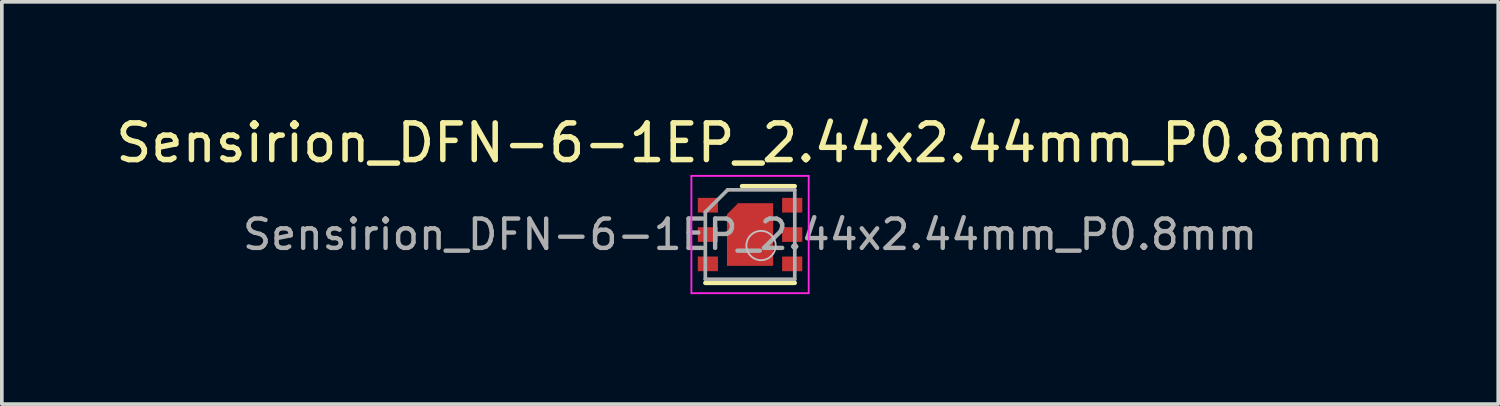
<source format=kicad_pcb>
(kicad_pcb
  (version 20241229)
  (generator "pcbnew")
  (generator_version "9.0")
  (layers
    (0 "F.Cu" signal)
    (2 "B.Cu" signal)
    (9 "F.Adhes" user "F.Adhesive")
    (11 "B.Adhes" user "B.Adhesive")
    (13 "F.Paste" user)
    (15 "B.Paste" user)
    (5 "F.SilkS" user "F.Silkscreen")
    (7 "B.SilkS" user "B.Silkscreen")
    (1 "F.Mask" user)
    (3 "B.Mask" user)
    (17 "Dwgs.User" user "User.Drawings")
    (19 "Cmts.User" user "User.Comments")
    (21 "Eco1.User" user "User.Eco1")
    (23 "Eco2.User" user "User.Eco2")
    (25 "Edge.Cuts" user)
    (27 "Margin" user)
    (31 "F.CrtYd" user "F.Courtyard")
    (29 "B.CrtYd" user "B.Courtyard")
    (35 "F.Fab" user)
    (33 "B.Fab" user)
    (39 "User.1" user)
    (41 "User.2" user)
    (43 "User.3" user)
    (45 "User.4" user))
  (footprint "Sensirion_DFN-6-1EP_2.44x2.44mm_P0.8mm"
    (layer "F.Cu")
    (at 17.411 3.348)
    (property "Reference" "Sensirion_DFN-6-1EP_2.44x2.44mm_P0.8mm" (at 0 -2.5 0) (layer "F.SilkS") (effects (font (size 1 1) (thickness 0.15))))
    (attr smd)
    (fp_line (start 1.22 -1.32) (end -0.22 -1.32) (stroke (width 0.12) (type solid)) (layer "F.SilkS"))
    (fp_line (start 1.22 1.32) (end -1.22 1.32) (stroke (width 0.12) (type solid)) (layer "F.SilkS"))
    (fp_circle (center 0.3 0.3) (end 0.7 0.3) (stroke (width 0.05) (type solid)) (fill no) (layer "Dwgs.User"))
    (fp_line (start -1.6 -1.6) (end -1.6 1.6) (stroke (width 0.05) (type solid)) (layer "F.CrtYd"))
    (fp_line (start -1.6 1.6) (end 1.6 1.6) (stroke (width 0.05) (type solid)) (layer "F.CrtYd"))
    (fp_line (start 1.6 -1.6) (end -1.6 -1.6) (stroke (width 0.05) (type solid)) (layer "F.CrtYd"))
    (fp_line (start 1.6 1.6) (end 1.6 -1.6) (stroke (width 0.05) (type solid)) (layer "F.CrtYd"))
    (fp_line (start -1.22 -0.61) (end -1.22 1.22) (stroke (width 0.1) (type solid)) (layer "F.Fab"))
    (fp_line (start -1.22 1.22) (end 1.22 1.22) (stroke (width 0.1) (type solid)) (layer "F.Fab"))
    (fp_line (start -0.61 -1.22) (end -1.22 -0.61) (stroke (width 0.1) (type solid)) (layer "F.Fab"))
    (fp_line (start 1.22 -1.22) (end -0.61 -1.22) (stroke (width 0.1) (type solid)) (layer "F.Fab"))
    (fp_line (start 1.22 -1.22) (end 1.22 1.22) (stroke (width 0.1) (type solid)) (layer "F.Fab"))
    (fp_text user "${REFERENCE}" (at 0 0 0) (unlocked yes) (layer "F.Fab") (effects (font (size 0.8 0.8) (thickness 0.12))))
    (pad "1" smd rect (at -1.15 -0.8) (size 0.55 0.4) (layers "F.Cu" "F.Mask" "F.Paste"))
    (pad "2" smd rect (at -1.15 0) (size 0.55 0.4) (layers "F.Cu" "F.Mask" "F.Paste"))
    (pad "3" smd rect (at -1.15 0.8) (size 0.55 0.4) (layers "F.Cu" "F.Mask" "F.Paste"))
    (pad "4" smd rect (at 1.15 0.8) (size 0.55 0.4) (layers "F.Cu" "F.Mask" "F.Paste"))
    (pad "5" smd rect (at 1.15 0) (size 0.55 0.4) (layers "F.Cu" "F.Mask" "F.Paste"))
    (pad "6" smd rect (at 1.15 -0.8) (size 0.55 0.4) (layers "F.Cu" "F.Mask" "F.Paste"))
    (pad "7" smd custom (at 0 0) (size 0.55 0.4) (layers "F.Cu" "F.Mask" "F.Paste") (options (anchor rect)) (primitives (gr_poly (pts (xy 0.625 0.85) (xy -0.625 0.85) (xy -0.625 -0.55) (xy -0.325 -0.85) (xy 0.625 -0.85)) (width 0.01) (fill yes)))))
  (gr_rect
    (start -3 -3)
    (end 37.821 7.973)
    (stroke (width 0.1) (type default))
    (fill no)
    (layer "Edge.Cuts")))
</source>
